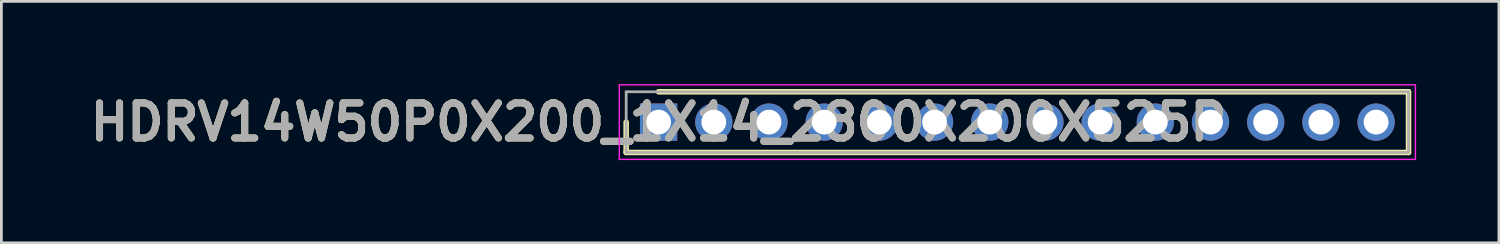
<source format=kicad_pcb>
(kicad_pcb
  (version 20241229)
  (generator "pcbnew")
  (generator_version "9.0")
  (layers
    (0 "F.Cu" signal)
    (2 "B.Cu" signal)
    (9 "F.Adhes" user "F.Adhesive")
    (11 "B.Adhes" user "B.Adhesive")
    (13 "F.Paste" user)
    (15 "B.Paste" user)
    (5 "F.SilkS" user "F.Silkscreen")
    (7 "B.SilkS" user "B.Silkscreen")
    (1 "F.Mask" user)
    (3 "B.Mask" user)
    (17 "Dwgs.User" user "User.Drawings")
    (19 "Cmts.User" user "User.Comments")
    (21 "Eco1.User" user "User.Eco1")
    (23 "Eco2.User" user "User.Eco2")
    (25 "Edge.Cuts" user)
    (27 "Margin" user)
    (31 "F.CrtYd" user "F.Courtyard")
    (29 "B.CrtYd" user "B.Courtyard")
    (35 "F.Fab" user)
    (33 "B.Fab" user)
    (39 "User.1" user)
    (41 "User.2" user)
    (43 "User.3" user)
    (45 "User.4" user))
  (footprint "HDRV14W50P0X200_1X14_2800X200X525P"
    (layer "F.Cu")
    (at 20.816 1.375)
    (property "Reference" "HDRV14W50P0X200_1X14_2800X200X525P" (at 0 0 0) (layer "F.SilkS") (effects (font (size 1.27 1.27) (thickness 0.254))))
    (attr through_hole)
    (fp_line (start -1.175 0) (end -1.175 1.1) (stroke (width 0.2) (type solid)) (layer "F.SilkS"))
    (fp_line (start -1.175 1.1) (end 27.175 1.1) (stroke (width 0.2) (type solid)) (layer "F.SilkS"))
    (fp_line (start 27.175 -1.1) (end 0 -1.1) (stroke (width 0.2) (type solid)) (layer "F.SilkS"))
    (fp_line (start 27.175 1.1) (end 27.175 -1.1) (stroke (width 0.2) (type solid)) (layer "F.SilkS"))
    (fp_line (start -1.425 -1.35) (end 27.425 -1.35) (stroke (width 0.05) (type solid)) (layer "F.CrtYd"))
    (fp_line (start -1.425 1.35) (end -1.425 -1.35) (stroke (width 0.05) (type solid)) (layer "F.CrtYd"))
    (fp_line (start 27.425 -1.35) (end 27.425 1.35) (stroke (width 0.05) (type solid)) (layer "F.CrtYd"))
    (fp_line (start 27.425 1.35) (end -1.425 1.35) (stroke (width 0.05) (type solid)) (layer "F.CrtYd"))
    (fp_line (start -1.175 -1.1) (end 27.175 -1.1) (stroke (width 0.1) (type solid)) (layer "F.Fab"))
    (fp_line (start -1.175 1.1) (end -1.175 -1.1) (stroke (width 0.1) (type solid)) (layer "F.Fab"))
    (fp_line (start 27.175 -1.1) (end 27.175 1.1) (stroke (width 0.1) (type solid)) (layer "F.Fab"))
    (fp_line (start 27.175 1.1) (end -1.175 1.1) (stroke (width 0.1) (type solid)) (layer "F.Fab"))
    (fp_text user "${REFERENCE}" (at 0 0 0) (layer "F.Fab") (effects (font (size 1.27 1.27) (thickness 0.254))))
    (pad "1" thru_hole rect (at 0 0) (size 1.35 1.35) (drill 0.9) (layers "*.Cu" "*.Mask"))
    (pad "2" thru_hole circle (at 2 0) (size 1.35 1.35) (drill 0.9) (layers "*.Cu" "*.Mask"))
    (pad "3" thru_hole circle (at 4 0) (size 1.35 1.35) (drill 0.9) (layers "*.Cu" "*.Mask"))
    (pad "4" thru_hole circle (at 6 0) (size 1.35 1.35) (drill 0.9) (layers "*.Cu" "*.Mask"))
    (pad "5" thru_hole circle (at 8 0) (size 1.35 1.35) (drill 0.9) (layers "*.Cu" "*.Mask"))
    (pad "6" thru_hole circle (at 10 0) (size 1.35 1.35) (drill 0.9) (layers "*.Cu" "*.Mask"))
    (pad "7" thru_hole circle (at 12 0) (size 1.35 1.35) (drill 0.9) (layers "*.Cu" "*.Mask"))
    (pad "8" thru_hole circle (at 14 0) (size 1.35 1.35) (drill 0.9) (layers "*.Cu" "*.Mask"))
    (pad "9" thru_hole circle (at 16 0) (size 1.35 1.35) (drill 0.9) (layers "*.Cu" "*.Mask"))
    (pad "10" thru_hole circle (at 18 0) (size 1.35 1.35) (drill 0.9) (layers "*.Cu" "*.Mask"))
    (pad "11" thru_hole circle (at 20 0) (size 1.35 1.35) (drill 0.9) (layers "*.Cu" "*.Mask"))
    (pad "12" thru_hole circle (at 22 0) (size 1.35 1.35) (drill 0.9) (layers "*.Cu" "*.Mask"))
    (pad "13" thru_hole circle (at 24 0) (size 1.35 1.35) (drill 0.9) (layers "*.Cu" "*.Mask"))
    (pad "14" thru_hole circle (at 26 0) (size 1.35 1.35) (drill 0.9) (layers "*.Cu" "*.Mask")))
  (gr_rect
    (start -3 -3)
    (end 51.266 5.75)
    (stroke (width 0.1) (type default))
    (fill no)
    (layer "Edge.Cuts")))
</source>
